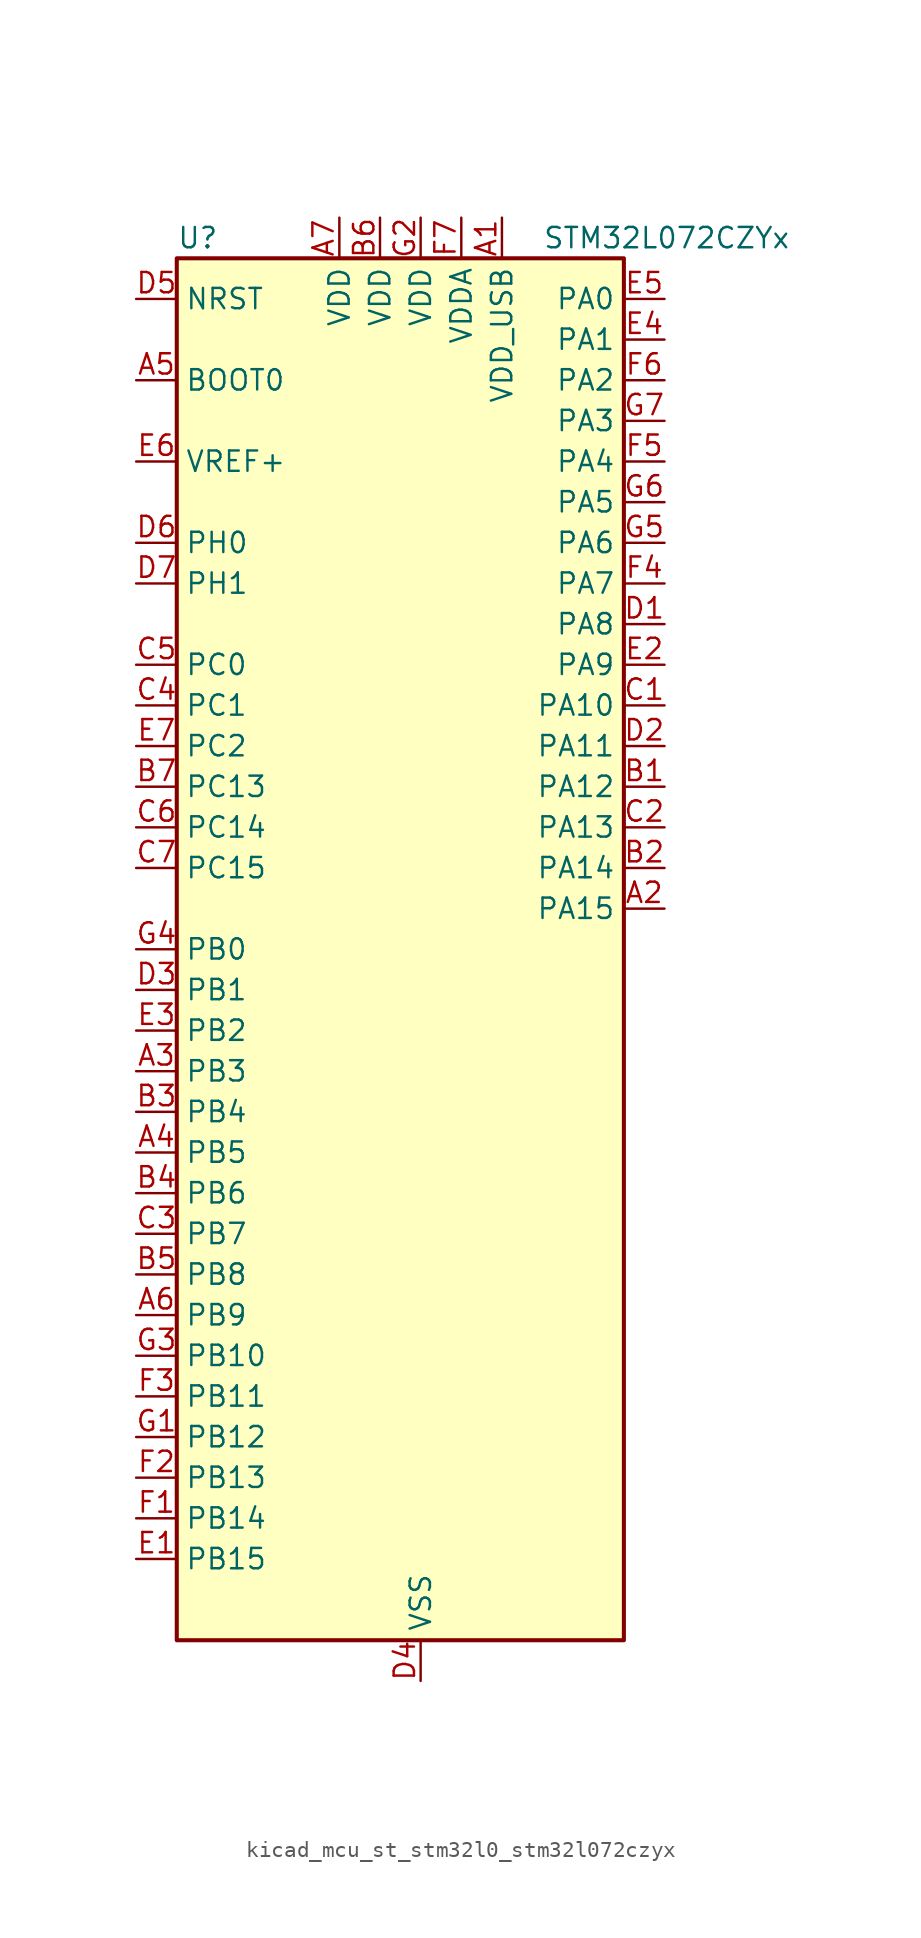
<source format=kicad_sym>
(kicad_symbol_lib
  (version 20220914)
  (generator kicad_symbol_editor)
  (symbol "kicad_mcu_st_stm32l0_stm32l072czyx"
    (property "Reference" "U"
      (at -12.7 44.45 0)
      (effects (font (size 1.27 1.27)) (justify left)))
    (property "Value" "STM32L072CZYx"
      (at 10.16 44.45 0)
      (effects (font (size 1.27 1.27)) (justify left)))
    (property "ki_locked" ""
      (at 0 0 0)
      (effects (font (size 1.27 1.27))))
    (symbol "kicad_mcu_st_stm32l0_stm32l072czyx_0_1"
      (rectangle (start -12.7 -43.18) (end 15.24 43.18) (stroke (width 0.254) (type default)) (fill (type background))))
    (symbol "kicad_mcu_st_stm32l0_stm32l072czyx_1_1"
      (pin power_in line (at 7.62 45.72 270) (length 2.54) (name "VDD_USB" (effects (font (size 1.27 1.27)))) (number "A1" (effects (font (size 1.27 1.27)))))
      (pin bidirectional line (at 17.78 2.54 180) (length 2.54) (name "PA15" (effects (font (size 1.27 1.27)))) (number "A2" (effects (font (size 1.27 1.27)))) (alternate "SPI1_NSS" bidirectional line) (alternate "TIM2_CH1" bidirectional line) (alternate "TIM2_ETR" bidirectional line) (alternate "USART2_RX" bidirectional line) (alternate "USART4_DE" bidirectional line) (alternate "USART4_RTS" bidirectional line))
      (pin bidirectional line (at -15.24 -7.62 0) (length 2.54) (name "PB3" (effects (font (size 1.27 1.27)))) (number "A3" (effects (font (size 1.27 1.27)))) (alternate "COMP2_INM" bidirectional line) (alternate "SPI1_SCK" bidirectional line) (alternate "TIM2_CH2" bidirectional line) (alternate "TSC_G5_IO1" bidirectional line) (alternate "USART1_DE" bidirectional line) (alternate "USART1_RTS" bidirectional line) (alternate "USART5_TX" bidirectional line))
      (pin bidirectional line (at -15.24 -12.7 0) (length 2.54) (name "PB5" (effects (font (size 1.27 1.27)))) (number "A4" (effects (font (size 1.27 1.27)))) (alternate "COMP2_INP" bidirectional line) (alternate "I2C1_SMBA" bidirectional line) (alternate "LPTIM1_IN1" bidirectional line) (alternate "SPI1_MOSI" bidirectional line) (alternate "TIM22_CH2" bidirectional line) (alternate "TIM3_CH2" bidirectional line) (alternate "USART1_CK" bidirectional line) (alternate "USART5_CK" bidirectional line) (alternate "USART5_DE" bidirectional line) (alternate "USART5_RTS" bidirectional line))
      (pin input line (at -15.24 35.56 0) (length 2.54) (name "BOOT0" (effects (font (size 1.27 1.27)))) (number "A5" (effects (font (size 1.27 1.27)))))
      (pin bidirectional line (at -15.24 -22.86 0) (length 2.54) (name "PB9" (effects (font (size 1.27 1.27)))) (number "A6" (effects (font (size 1.27 1.27)))) (alternate "DAC_EXTI9" bidirectional line) (alternate "I2C1_SDA" bidirectional line) (alternate "I2S2_WS" bidirectional line) (alternate "SPI2_NSS" bidirectional line))
      (pin power_in line (at -2.54 45.72 270) (length 2.54) (name "VDD" (effects (font (size 1.27 1.27)))) (number "A7" (effects (font (size 1.27 1.27)))))
      (pin bidirectional line (at 17.78 10.16 180) (length 2.54) (name "PA12" (effects (font (size 1.27 1.27)))) (number "B1" (effects (font (size 1.27 1.27)))) (alternate "COMP2_OUT" bidirectional line) (alternate "SPI1_MOSI" bidirectional line) (alternate "TSC_G4_IO4" bidirectional line) (alternate "USART1_DE" bidirectional line) (alternate "USART1_RTS" bidirectional line) (alternate "USB_DP" bidirectional line))
      (pin bidirectional line (at 17.78 5.08 180) (length 2.54) (name "PA14" (effects (font (size 1.27 1.27)))) (number "B2" (effects (font (size 1.27 1.27)))) (alternate "LPUART1_TX" bidirectional line) (alternate "SYS_SWCLK" bidirectional line) (alternate "USART2_TX" bidirectional line))
      (pin bidirectional line (at -15.24 -10.16 0) (length 2.54) (name "PB4" (effects (font (size 1.27 1.27)))) (number "B3" (effects (font (size 1.27 1.27)))) (alternate "COMP2_INP" bidirectional line) (alternate "I2C3_SDA" bidirectional line) (alternate "SPI1_MISO" bidirectional line) (alternate "TIM22_CH1" bidirectional line) (alternate "TIM3_CH1" bidirectional line) (alternate "TSC_G5_IO2" bidirectional line) (alternate "USART1_CTS" bidirectional line) (alternate "USART5_RX" bidirectional line))
      (pin bidirectional line (at -15.24 -15.24 0) (length 2.54) (name "PB6" (effects (font (size 1.27 1.27)))) (number "B4" (effects (font (size 1.27 1.27)))) (alternate "COMP2_INP" bidirectional line) (alternate "I2C1_SCL" bidirectional line) (alternate "LPTIM1_ETR" bidirectional line) (alternate "TSC_G5_IO3" bidirectional line) (alternate "USART1_TX" bidirectional line))
      (pin bidirectional line (at -15.24 -20.32 0) (length 2.54) (name "PB8" (effects (font (size 1.27 1.27)))) (number "B5" (effects (font (size 1.27 1.27)))) (alternate "I2C1_SCL" bidirectional line) (alternate "TSC_SYNC" bidirectional line))
      (pin power_in line (at 0 45.72 270) (length 2.54) (name "VDD" (effects (font (size 1.27 1.27)))) (number "B6" (effects (font (size 1.27 1.27)))))
      (pin bidirectional line (at -15.24 10.16 0) (length 2.54) (name "PC13" (effects (font (size 1.27 1.27)))) (number "B7" (effects (font (size 1.27 1.27)))) (alternate "RTC_OUT_ALARM" bidirectional line) (alternate "RTC_OUT_CALIB" bidirectional line) (alternate "RTC_TAMP1" bidirectional line) (alternate "RTC_TS" bidirectional line) (alternate "SYS_WKUP2" bidirectional line))
      (pin bidirectional line (at 17.78 15.24 180) (length 2.54) (name "PA10" (effects (font (size 1.27 1.27)))) (number "C1" (effects (font (size 1.27 1.27)))) (alternate "I2C1_SDA" bidirectional line) (alternate "TSC_G4_IO2" bidirectional line) (alternate "USART1_RX" bidirectional line))
      (pin bidirectional line (at 17.78 7.62 180) (length 2.54) (name "PA13" (effects (font (size 1.27 1.27)))) (number "C2" (effects (font (size 1.27 1.27)))) (alternate "LPUART1_RX" bidirectional line) (alternate "SYS_SWDIO" bidirectional line) (alternate "USB_NOE" bidirectional line))
      (pin bidirectional line (at -15.24 -17.78 0) (length 2.54) (name "PB7" (effects (font (size 1.27 1.27)))) (number "C3" (effects (font (size 1.27 1.27)))) (alternate "COMP2_INP" bidirectional line) (alternate "I2C1_SDA" bidirectional line) (alternate "LPTIM1_IN2" bidirectional line) (alternate "SYS_PVD_IN" bidirectional line) (alternate "TSC_G5_IO4" bidirectional line) (alternate "USART1_RX" bidirectional line) (alternate "USART4_CTS" bidirectional line))
      (pin bidirectional line (at -15.24 15.24 0) (length 2.54) (name "PC1" (effects (font (size 1.27 1.27)))) (number "C4" (effects (font (size 1.27 1.27)))) (alternate "ADC_IN11" bidirectional line) (alternate "I2C3_SDA" bidirectional line) (alternate "LPTIM1_OUT" bidirectional line) (alternate "LPUART1_TX" bidirectional line) (alternate "TSC_G7_IO2" bidirectional line))
      (pin bidirectional line (at -15.24 17.78 0) (length 2.54) (name "PC0" (effects (font (size 1.27 1.27)))) (number "C5" (effects (font (size 1.27 1.27)))) (alternate "ADC_IN10" bidirectional line) (alternate "I2C3_SCL" bidirectional line) (alternate "LPTIM1_IN1" bidirectional line) (alternate "LPUART1_RX" bidirectional line) (alternate "TSC_G7_IO1" bidirectional line))
      (pin bidirectional line (at -15.24 7.62 0) (length 2.54) (name "PC14" (effects (font (size 1.27 1.27)))) (number "C6" (effects (font (size 1.27 1.27)))) (alternate "RCC_OSC32_IN" bidirectional line))
      (pin bidirectional line (at -15.24 5.08 0) (length 2.54) (name "PC15" (effects (font (size 1.27 1.27)))) (number "C7" (effects (font (size 1.27 1.27)))) (alternate "RCC_OSC32_OUT" bidirectional line))
      (pin bidirectional line (at 17.78 20.32 180) (length 2.54) (name "PA8" (effects (font (size 1.27 1.27)))) (number "D1" (effects (font (size 1.27 1.27)))) (alternate "CRS_SYNC" bidirectional line) (alternate "I2C3_SCL" bidirectional line) (alternate "RCC_MCO" bidirectional line) (alternate "USART1_CK" bidirectional line))
      (pin bidirectional line (at 17.78 12.7 180) (length 2.54) (name "PA11" (effects (font (size 1.27 1.27)))) (number "D2" (effects (font (size 1.27 1.27)))) (alternate "ADC_EXTI11" bidirectional line) (alternate "COMP1_OUT" bidirectional line) (alternate "SPI1_MISO" bidirectional line) (alternate "TSC_G4_IO3" bidirectional line) (alternate "USART1_CTS" bidirectional line) (alternate "USB_DM" bidirectional line))
      (pin bidirectional line (at -15.24 -2.54 0) (length 2.54) (name "PB1" (effects (font (size 1.27 1.27)))) (number "D3" (effects (font (size 1.27 1.27)))) (alternate "ADC_IN9" bidirectional line) (alternate "LPUART1_DE" bidirectional line) (alternate "LPUART1_RTS" bidirectional line) (alternate "SYS_VREF_OUT_PB1" bidirectional line) (alternate "TIM3_CH4" bidirectional line) (alternate "TSC_G3_IO3" bidirectional line))
      (pin power_in line (at 2.54 -45.72 90) (length 2.54) (name "VSS" (effects (font (size 1.27 1.27)))) (number "D4" (effects (font (size 1.27 1.27)))))
      (pin input line (at -15.24 40.64 0) (length 2.54) (name "NRST" (effects (font (size 1.27 1.27)))) (number "D5" (effects (font (size 1.27 1.27)))))
      (pin bidirectional line (at -15.24 25.4 0) (length 2.54) (name "PH0" (effects (font (size 1.27 1.27)))) (number "D6" (effects (font (size 1.27 1.27)))) (alternate "CRS_SYNC" bidirectional line) (alternate "RCC_OSC_IN" bidirectional line))
      (pin bidirectional line (at -15.24 22.86 0) (length 2.54) (name "PH1" (effects (font (size 1.27 1.27)))) (number "D7" (effects (font (size 1.27 1.27)))) (alternate "RCC_OSC_OUT" bidirectional line))
      (pin bidirectional line (at -15.24 -38.1 0) (length 2.54) (name "PB15" (effects (font (size 1.27 1.27)))) (number "E1" (effects (font (size 1.27 1.27)))) (alternate "I2S2_SD" bidirectional line) (alternate "RTC_REFIN" bidirectional line) (alternate "SPI2_MOSI" bidirectional line))
      (pin bidirectional line (at 17.78 17.78 180) (length 2.54) (name "PA9" (effects (font (size 1.27 1.27)))) (number "E2" (effects (font (size 1.27 1.27)))) (alternate "DAC_EXTI9" bidirectional line) (alternate "I2C1_SCL" bidirectional line) (alternate "I2C3_SMBA" bidirectional line) (alternate "RCC_MCO" bidirectional line) (alternate "TSC_G4_IO1" bidirectional line) (alternate "USART1_TX" bidirectional line))
      (pin bidirectional line (at -15.24 -5.08 0) (length 2.54) (name "PB2" (effects (font (size 1.27 1.27)))) (number "E3" (effects (font (size 1.27 1.27)))) (alternate "I2C3_SMBA" bidirectional line) (alternate "LPTIM1_OUT" bidirectional line) (alternate "TSC_G3_IO4" bidirectional line))
      (pin bidirectional line (at 17.78 38.1 180) (length 2.54) (name "PA1" (effects (font (size 1.27 1.27)))) (number "E4" (effects (font (size 1.27 1.27)))) (alternate "ADC_IN1" bidirectional line) (alternate "COMP1_INP" bidirectional line) (alternate "TIM21_ETR" bidirectional line) (alternate "TIM2_CH2" bidirectional line) (alternate "TSC_G1_IO2" bidirectional line) (alternate "USART2_DE" bidirectional line) (alternate "USART2_RTS" bidirectional line) (alternate "USART4_RX" bidirectional line))
      (pin bidirectional line (at 17.78 40.64 180) (length 2.54) (name "PA0" (effects (font (size 1.27 1.27)))) (number "E5" (effects (font (size 1.27 1.27)))) (alternate "ADC_IN0" bidirectional line) (alternate "COMP1_INM" bidirectional line) (alternate "COMP1_OUT" bidirectional line) (alternate "RTC_TAMP2" bidirectional line) (alternate "SYS_WKUP1" bidirectional line) (alternate "TIM2_CH1" bidirectional line) (alternate "TIM2_ETR" bidirectional line) (alternate "TSC_G1_IO1" bidirectional line) (alternate "USART2_CTS" bidirectional line) (alternate "USART4_TX" bidirectional line))
      (pin input line (at -15.24 30.48 0) (length 2.54) (name "VREF+" (effects (font (size 1.27 1.27)))) (number "E6" (effects (font (size 1.27 1.27)))))
      (pin bidirectional line (at -15.24 12.7 0) (length 2.54) (name "PC2" (effects (font (size 1.27 1.27)))) (number "E7" (effects (font (size 1.27 1.27)))) (alternate "ADC_IN12" bidirectional line) (alternate "I2S2_MCK" bidirectional line) (alternate "LPTIM1_IN2" bidirectional line) (alternate "SPI2_MISO" bidirectional line) (alternate "TSC_G7_IO3" bidirectional line))
      (pin bidirectional line (at -15.24 -35.56 0) (length 2.54) (name "PB14" (effects (font (size 1.27 1.27)))) (number "F1" (effects (font (size 1.27 1.27)))) (alternate "I2C2_SDA" bidirectional line) (alternate "I2S2_MCK" bidirectional line) (alternate "LPUART1_DE" bidirectional line) (alternate "LPUART1_RTS" bidirectional line) (alternate "RTC_OUT_ALARM" bidirectional line) (alternate "RTC_OUT_CALIB" bidirectional line) (alternate "SPI2_MISO" bidirectional line) (alternate "TIM21_CH2" bidirectional line) (alternate "TSC_G6_IO4" bidirectional line))
      (pin bidirectional line (at -15.24 -33.02 0) (length 2.54) (name "PB13" (effects (font (size 1.27 1.27)))) (number "F2" (effects (font (size 1.27 1.27)))) (alternate "I2C2_SCL" bidirectional line) (alternate "I2S2_CK" bidirectional line) (alternate "LPUART1_CTS" bidirectional line) (alternate "RCC_MCO" bidirectional line) (alternate "SPI2_SCK" bidirectional line) (alternate "TIM21_CH1" bidirectional line) (alternate "TSC_G6_IO3" bidirectional line))
      (pin bidirectional line (at -15.24 -27.94 0) (length 2.54) (name "PB11" (effects (font (size 1.27 1.27)))) (number "F3" (effects (font (size 1.27 1.27)))) (alternate "ADC_EXTI11" bidirectional line) (alternate "I2C2_SDA" bidirectional line) (alternate "LPUART1_RX" bidirectional line) (alternate "LPUART1_TX" bidirectional line) (alternate "TIM2_CH4" bidirectional line) (alternate "TSC_G6_IO1" bidirectional line))
      (pin bidirectional line (at 17.78 22.86 180) (length 2.54) (name "PA7" (effects (font (size 1.27 1.27)))) (number "F4" (effects (font (size 1.27 1.27)))) (alternate "ADC_IN7" bidirectional line) (alternate "COMP2_OUT" bidirectional line) (alternate "SPI1_MOSI" bidirectional line) (alternate "TIM22_CH2" bidirectional line) (alternate "TIM3_CH2" bidirectional line) (alternate "TSC_G2_IO4" bidirectional line))
      (pin bidirectional line (at 17.78 30.48 180) (length 2.54) (name "PA4" (effects (font (size 1.27 1.27)))) (number "F5" (effects (font (size 1.27 1.27)))) (alternate "ADC_IN4" bidirectional line) (alternate "COMP1_INM" bidirectional line) (alternate "COMP2_INM" bidirectional line) (alternate "DAC_OUT1" bidirectional line) (alternate "SPI1_NSS" bidirectional line) (alternate "TIM22_ETR" bidirectional line) (alternate "TSC_G2_IO1" bidirectional line) (alternate "USART2_CK" bidirectional line))
      (pin bidirectional line (at 17.78 35.56 180) (length 2.54) (name "PA2" (effects (font (size 1.27 1.27)))) (number "F6" (effects (font (size 1.27 1.27)))) (alternate "ADC_IN2" bidirectional line) (alternate "COMP2_INM" bidirectional line) (alternate "COMP2_OUT" bidirectional line) (alternate "LPUART1_TX" bidirectional line) (alternate "TIM21_CH1" bidirectional line) (alternate "TIM2_CH3" bidirectional line) (alternate "TSC_G1_IO3" bidirectional line) (alternate "USART2_TX" bidirectional line))
      (pin power_in line (at 5.08 45.72 270) (length 2.54) (name "VDDA" (effects (font (size 1.27 1.27)))) (number "F7" (effects (font (size 1.27 1.27)))))
      (pin bidirectional line (at -15.24 -30.48 0) (length 2.54) (name "PB12" (effects (font (size 1.27 1.27)))) (number "G1" (effects (font (size 1.27 1.27)))) (alternate "I2S2_WS" bidirectional line) (alternate "LPUART1_DE" bidirectional line) (alternate "LPUART1_RTS" bidirectional line) (alternate "SPI2_NSS" bidirectional line) (alternate "TSC_G6_IO2" bidirectional line))
      (pin power_in line (at 2.54 45.72 270) (length 2.54) (name "VDD" (effects (font (size 1.27 1.27)))) (number "G2" (effects (font (size 1.27 1.27)))))
      (pin bidirectional line (at -15.24 -25.4 0) (length 2.54) (name "PB10" (effects (font (size 1.27 1.27)))) (number "G3" (effects (font (size 1.27 1.27)))) (alternate "I2C2_SCL" bidirectional line) (alternate "LPUART1_RX" bidirectional line) (alternate "LPUART1_TX" bidirectional line) (alternate "SPI2_SCK" bidirectional line) (alternate "TIM2_CH3" bidirectional line) (alternate "TSC_SYNC" bidirectional line))
      (pin bidirectional line (at -15.24 0 0) (length 2.54) (name "PB0" (effects (font (size 1.27 1.27)))) (number "G4" (effects (font (size 1.27 1.27)))) (alternate "ADC_IN8" bidirectional line) (alternate "SYS_VREF_OUT_PB0" bidirectional line) (alternate "TIM3_CH3" bidirectional line) (alternate "TSC_G3_IO2" bidirectional line))
      (pin bidirectional line (at 17.78 25.4 180) (length 2.54) (name "PA6" (effects (font (size 1.27 1.27)))) (number "G5" (effects (font (size 1.27 1.27)))) (alternate "ADC_IN6" bidirectional line) (alternate "COMP1_OUT" bidirectional line) (alternate "LPUART1_CTS" bidirectional line) (alternate "SPI1_MISO" bidirectional line) (alternate "TIM22_CH1" bidirectional line) (alternate "TIM3_CH1" bidirectional line) (alternate "TSC_G2_IO3" bidirectional line))
      (pin bidirectional line (at 17.78 27.94 180) (length 2.54) (name "PA5" (effects (font (size 1.27 1.27)))) (number "G6" (effects (font (size 1.27 1.27)))) (alternate "ADC_IN5" bidirectional line) (alternate "COMP1_INM" bidirectional line) (alternate "COMP2_INM" bidirectional line) (alternate "DAC_OUT2" bidirectional line) (alternate "SPI1_SCK" bidirectional line) (alternate "TIM2_CH1" bidirectional line) (alternate "TIM2_ETR" bidirectional line) (alternate "TSC_G2_IO2" bidirectional line))
      (pin bidirectional line (at 17.78 33.02 180) (length 2.54) (name "PA3" (effects (font (size 1.27 1.27)))) (number "G7" (effects (font (size 1.27 1.27)))) (alternate "ADC_IN3" bidirectional line) (alternate "COMP2_INP" bidirectional line) (alternate "LPUART1_RX" bidirectional line) (alternate "TIM21_CH2" bidirectional line) (alternate "TIM2_CH4" bidirectional line) (alternate "TSC_G1_IO4" bidirectional line) (alternate "USART2_RX" bidirectional line)))))
</source>
